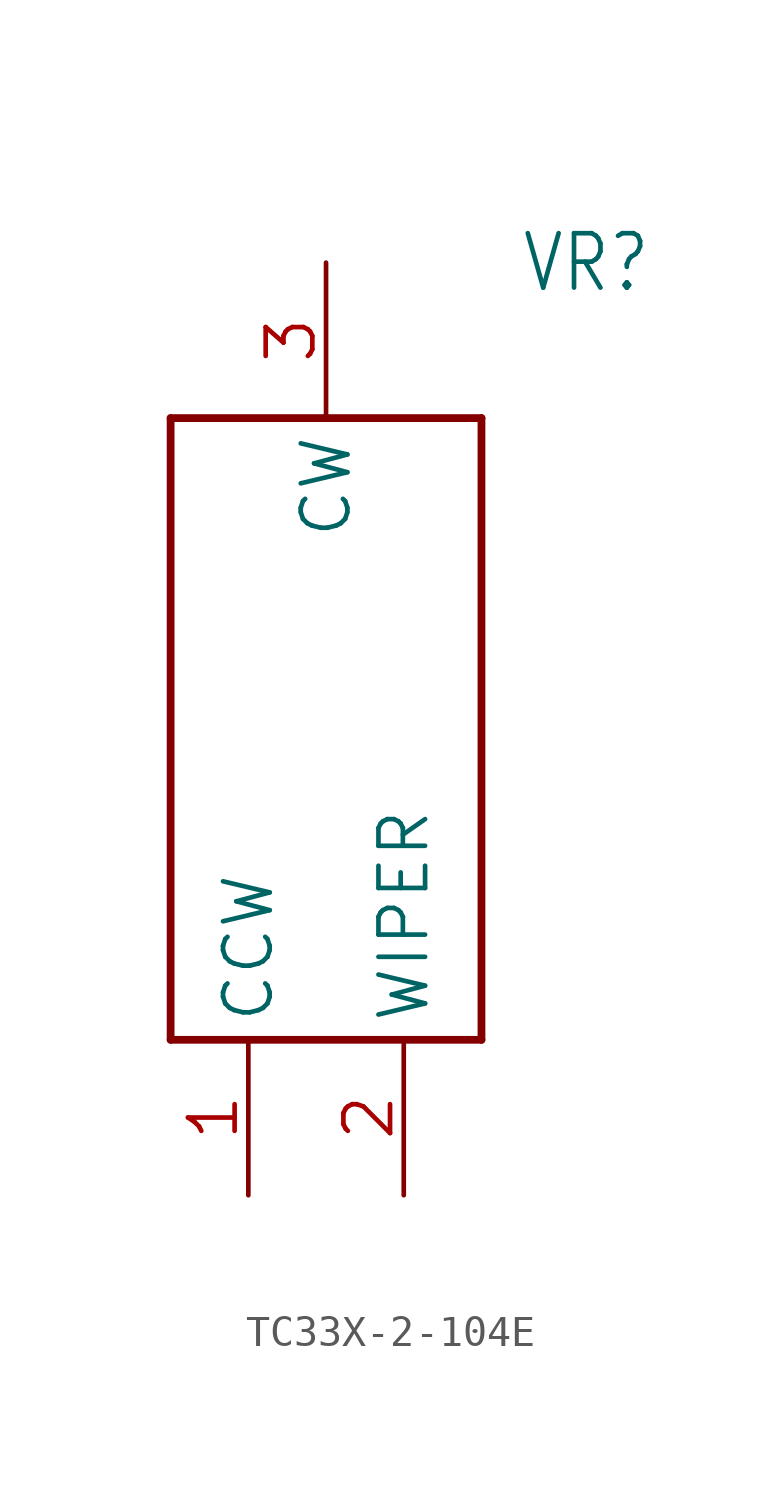
<source format=kicad_sym>
(kicad_symbol_lib
  (version 20241209)
  (generator "kicad_symbol_editor")
  (generator_version "9.0")
  (symbol "TC33X-2-104E"
    (property "Reference" "VR"
      (at 8.89 0 0)
      (effects (font (size 1.778 1.511)) (justify left)))
    (property "Value" ""
      (at 8.89 -2.54 0)
      (effects (font (size 1.778 1.511)) (justify left)))
    (property "ki_locked" ""
      (at 0 0 0)
      (effects (font (size 1.27 1.27))))
    (symbol "TC33X-2-104E_1_0"
      (polyline (pts (xy -2.54 -5.08) (xy -2.54 -25.4)) (stroke (width 0.254) (type solid)) (fill (type none)))
      (polyline (pts (xy -2.54 -5.08) (xy 7.62 -5.08)) (stroke (width 0.254) (type solid)) (fill (type none)))
      (polyline (pts (xy 7.62 -25.4) (xy -2.54 -25.4)) (stroke (width 0.254) (type solid)) (fill (type none)))
      (polyline (pts (xy 7.62 -25.4) (xy 7.62 -5.08)) (stroke (width 0.254) (type solid)) (fill (type none)))
      (pin bidirectional line (at 0 -30.48 90) (length 5.08) (name "CCW" (effects (font (size 1.524 1.524)))) (number "1" (effects (font (size 1.524 1.524)))))
      (pin bidirectional line (at 2.54 0 270) (length 5.08) (name "CW" (effects (font (size 1.524 1.524)))) (number "3" (effects (font (size 1.524 1.524)))))
      (pin bidirectional line (at 5.08 -30.48 90) (length 5.08) (name "WIPER" (effects (font (size 1.524 1.524)))) (number "2" (effects (font (size 1.524 1.524))))))))
</source>
